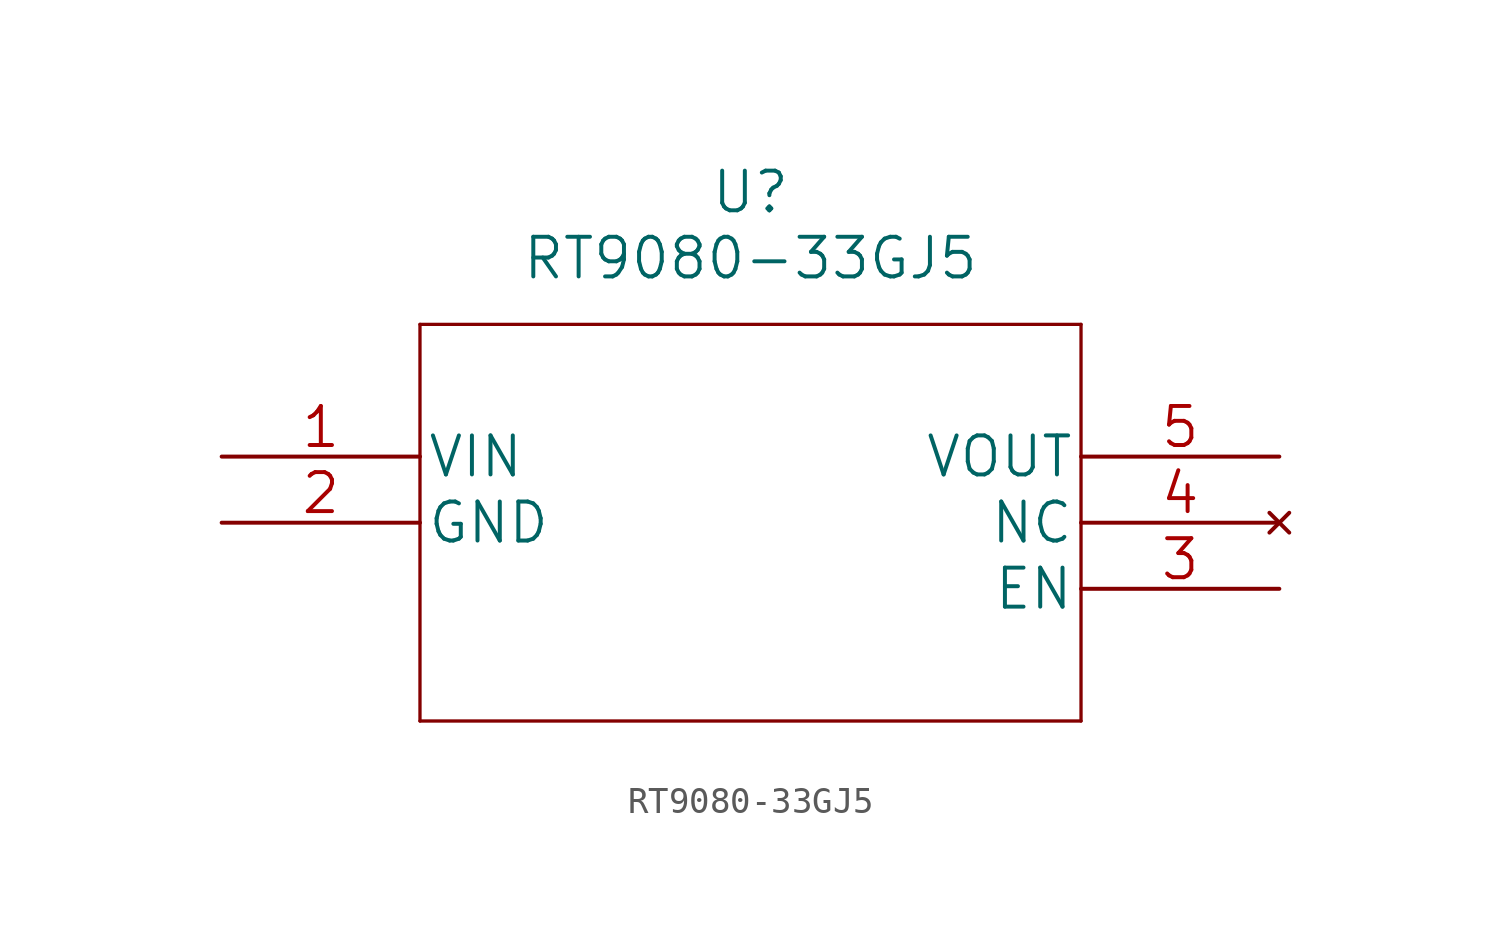
<source format=kicad_sym>
(kicad_symbol_lib
  (version 20211014)
  (generator kicad_symbol_editor)
  (symbol "RT9080-33GJ5"
    (pin_names
      (offset 0.254))
    (property "Reference" "U"
      (at 20.32 10.16 0)
      (effects (font (size 1.524 1.524))))
    (property "Value" "RT9080-33GJ5"
      (at 20.32 7.62 0)
      (effects (font (size 1.524 1.524))))
    (property "Datasheet" ""
      (at 0 0 0)
      (effects (font (size 1.524 1.524))))
    (property "ki_locked" ""
      (at 0 0 0)
      (effects (font (size 1.27 1.27))))
    (symbol "RT9080-33GJ5_1_1"
      (polyline (pts (xy 7.62 -10.16) (xy 33.02 -10.16)) (stroke (width 0.127) (type default) (color 0 0 0 0)) (fill (type none)))
      (polyline (pts (xy 7.62 5.08) (xy 7.62 -10.16)) (stroke (width 0.127) (type default) (color 0 0 0 0)) (fill (type none)))
      (polyline (pts (xy 33.02 -10.16) (xy 33.02 5.08)) (stroke (width 0.127) (type default) (color 0 0 0 0)) (fill (type none)))
      (polyline (pts (xy 33.02 5.08) (xy 7.62 5.08)) (stroke (width 0.127) (type default) (color 0 0 0 0)) (fill (type none)))
      (pin power_in line (at 0 0 0) (length 7.62) (name "VIN" (effects (font (size 1.499 1.499)))) (number "1" (effects (font (size 1.499 1.499)))))
      (pin power_in line (at 0 -2.54 0) (length 7.62) (name "GND" (effects (font (size 1.499 1.499)))) (number "2" (effects (font (size 1.499 1.499)))))
      (pin input line (at 40.64 -5.08 180) (length 7.62) (name "EN" (effects (font (size 1.499 1.499)))) (number "3" (effects (font (size 1.499 1.499)))))
      (pin no_connect line (at 40.64 -2.54 180) (length 7.62) (name "NC" (effects (font (size 1.499 1.499)))) (number "4" (effects (font (size 1.499 1.499)))))
      (pin output line (at 40.64 0 180) (length 7.62) (name "VOUT" (effects (font (size 1.499 1.499)))) (number "5" (effects (font (size 1.499 1.499))))))))
</source>
